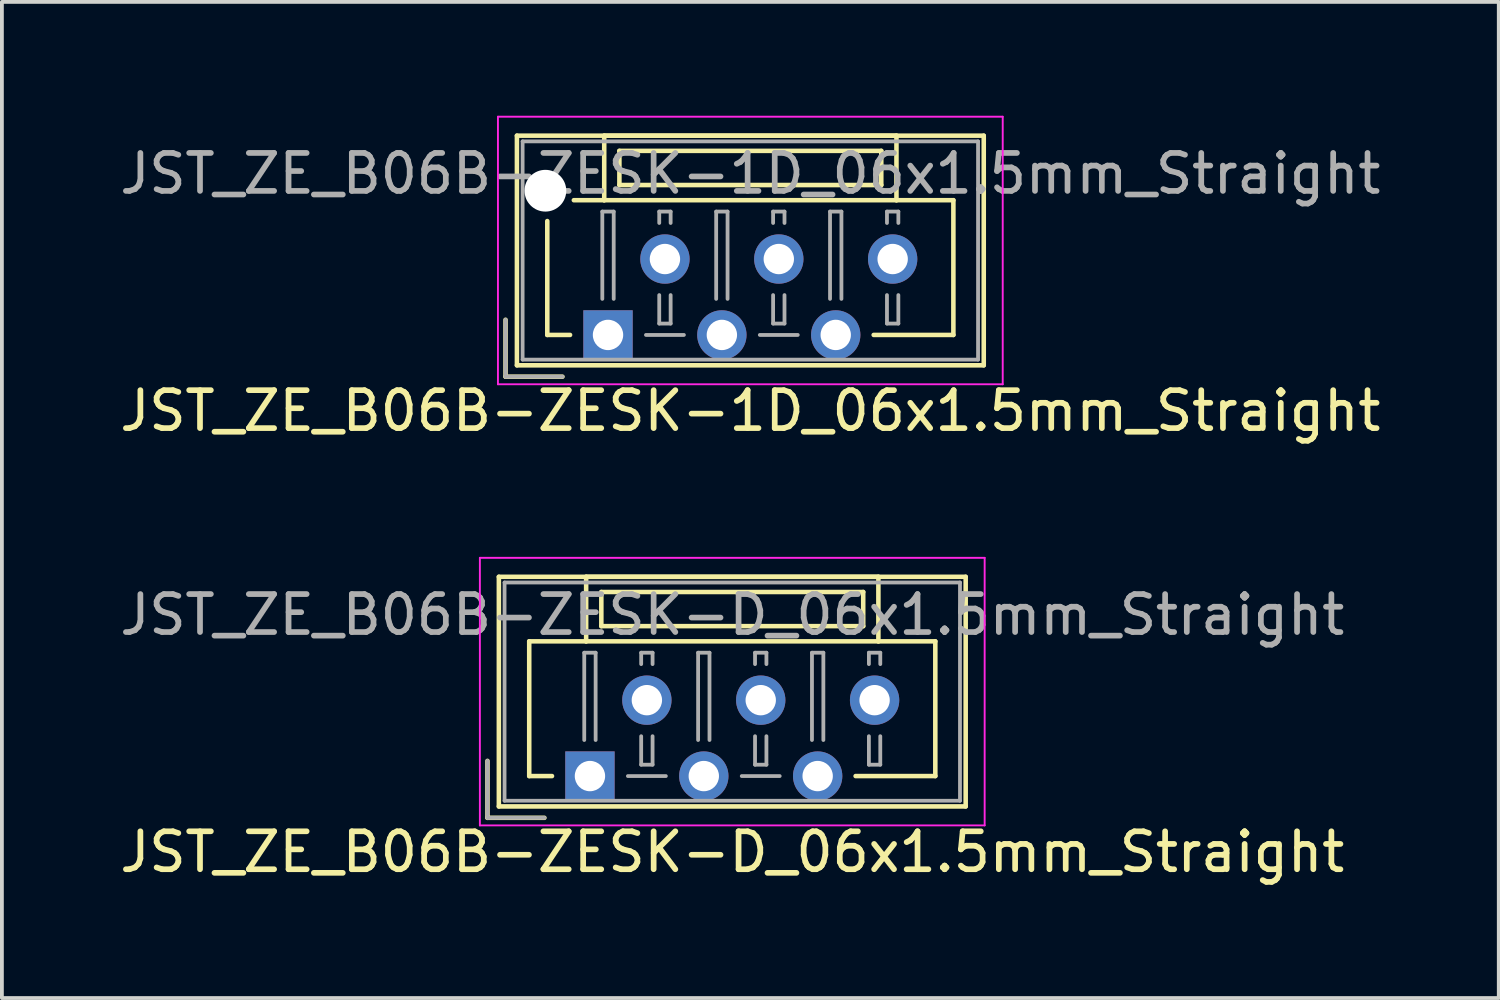
<source format=kicad_pcb>
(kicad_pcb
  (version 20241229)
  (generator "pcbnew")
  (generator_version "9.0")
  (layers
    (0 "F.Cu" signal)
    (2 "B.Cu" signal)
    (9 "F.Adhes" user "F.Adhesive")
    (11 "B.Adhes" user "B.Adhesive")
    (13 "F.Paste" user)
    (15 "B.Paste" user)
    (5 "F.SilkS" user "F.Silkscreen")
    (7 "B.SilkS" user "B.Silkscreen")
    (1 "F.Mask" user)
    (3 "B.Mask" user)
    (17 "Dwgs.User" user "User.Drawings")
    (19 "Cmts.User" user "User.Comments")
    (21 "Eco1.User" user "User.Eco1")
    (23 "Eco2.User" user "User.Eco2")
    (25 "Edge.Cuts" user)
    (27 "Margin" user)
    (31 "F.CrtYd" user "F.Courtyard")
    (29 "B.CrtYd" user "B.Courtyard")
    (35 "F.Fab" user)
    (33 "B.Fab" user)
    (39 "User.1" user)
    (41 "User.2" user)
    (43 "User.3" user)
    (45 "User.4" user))
  (footprint "JST_ZE_B06B-ZESK-1D_06x1.5mm_Straight"
    (layer "F.Cu")
    (at 12.97 5.775)
    (property "Reference" "JST_ZE_B06B-ZESK-1D_06x1.5mm_Straight" (at 3.75 2 0) (layer "F.SilkS") (effects (font (size 1 1) (thickness 0.15))))
    (attr through_hole)
    (fp_line (start -2.7 -0.4) (end -2.7 1.1) (stroke (width 0.12) (type solid)) (layer "F.SilkS"))
    (fp_line (start -2.7 1.1) (end -1.2 1.1) (stroke (width 0.12) (type solid)) (layer "F.SilkS"))
    (fp_line (start -2.4 -5.25) (end -2.4 0.8) (stroke (width 0.12) (type solid)) (layer "F.SilkS"))
    (fp_line (start -2.4 0.8) (end 9.9 0.8) (stroke (width 0.12) (type solid)) (layer "F.SilkS"))
    (fp_line (start -1.6 -3) (end -1.6 0) (stroke (width 0.12) (type solid)) (layer "F.SilkS"))
    (fp_line (start -1.6 0) (end -1 0) (stroke (width 0.12) (type solid)) (layer "F.SilkS"))
    (fp_line (start -0.1 -5.25) (end -0.1 -3.55) (stroke (width 0.12) (type solid)) (layer "F.SilkS"))
    (fp_line (start -0.1 -3.55) (end -0.9 -3.55) (stroke (width 0.12) (type solid)) (layer "F.SilkS"))
    (fp_line (start -0.1 -3.55) (end 7.6 -3.55) (stroke (width 0.12) (type solid)) (layer "F.SilkS"))
    (fp_line (start 0.3 -4.85) (end 0.3 -3.95) (stroke (width 0.12) (type solid)) (layer "F.SilkS"))
    (fp_line (start 0.3 -3.95) (end 7.2 -3.95) (stroke (width 0.12) (type solid)) (layer "F.SilkS"))
    (fp_line (start 7.2 -4.85) (end 0.3 -4.85) (stroke (width 0.12) (type solid)) (layer "F.SilkS"))
    (fp_line (start 7.2 -3.95) (end 7.2 -4.85) (stroke (width 0.12) (type solid)) (layer "F.SilkS"))
    (fp_line (start 7.6 -5.25) (end -0.1 -5.25) (stroke (width 0.12) (type solid)) (layer "F.SilkS"))
    (fp_line (start 7.6 -3.55) (end 7.6 -5.25) (stroke (width 0.12) (type solid)) (layer "F.SilkS"))
    (fp_line (start 7.6 -3.55) (end 9.1 -3.55) (stroke (width 0.12) (type solid)) (layer "F.SilkS"))
    (fp_line (start 9.1 -3.55) (end 9.1 0) (stroke (width 0.12) (type solid)) (layer "F.SilkS"))
    (fp_line (start 9.1 0) (end 7 0) (stroke (width 0.12) (type solid)) (layer "F.SilkS"))
    (fp_line (start 9.9 -5.25) (end -2.4 -5.25) (stroke (width 0.12) (type solid)) (layer "F.SilkS"))
    (fp_line (start 9.9 0.8) (end 9.9 -5.25) (stroke (width 0.12) (type solid)) (layer "F.SilkS"))
    (fp_line (start -2.9 -5.75) (end -2.9 1.3) (stroke (width 0.05) (type solid)) (layer "F.CrtYd"))
    (fp_line (start -2.9 1.3) (end 10.4 1.3) (stroke (width 0.05) (type solid)) (layer "F.CrtYd"))
    (fp_line (start 10.4 -5.75) (end -2.9 -5.75) (stroke (width 0.05) (type solid)) (layer "F.CrtYd"))
    (fp_line (start 10.4 1.3) (end 10.4 -5.75) (stroke (width 0.05) (type solid)) (layer "F.CrtYd"))
    (fp_line (start -2.7 -0.4) (end -2.7 1.1) (stroke (width 0.1) (type solid)) (layer "F.Fab"))
    (fp_line (start -2.7 1.1) (end -1.2 1.1) (stroke (width 0.1) (type solid)) (layer "F.Fab"))
    (fp_line (start -2.25 -5.1) (end -2.25 0.65) (stroke (width 0.1) (type solid)) (layer "F.Fab"))
    (fp_line (start -2.25 0.65) (end 9.75 0.65) (stroke (width 0.1) (type solid)) (layer "F.Fab"))
    (fp_line (start -0.15 -3.25) (end 0.15 -3.25) (stroke (width 0.1) (type solid)) (layer "F.Fab"))
    (fp_line (start -0.15 -0.95) (end -0.15 -3.25) (stroke (width 0.1) (type solid)) (layer "F.Fab"))
    (fp_line (start 0.15 -3.25) (end 0.15 -0.95) (stroke (width 0.1) (type solid)) (layer "F.Fab"))
    (fp_line (start 1 0) (end 2 0) (stroke (width 0.1) (type solid)) (layer "F.Fab"))
    (fp_line (start 1.35 -3.25) (end 1.65 -3.25) (stroke (width 0.1) (type solid)) (layer "F.Fab"))
    (fp_line (start 1.35 -2.95) (end 1.35 -3.25) (stroke (width 0.1) (type solid)) (layer "F.Fab"))
    (fp_line (start 1.35 -1.05) (end 1.35 -0.3) (stroke (width 0.1) (type solid)) (layer "F.Fab"))
    (fp_line (start 1.35 -0.3) (end 1.65 -0.3) (stroke (width 0.1) (type solid)) (layer "F.Fab"))
    (fp_line (start 1.65 -3.25) (end 1.65 -2.95) (stroke (width 0.1) (type solid)) (layer "F.Fab"))
    (fp_line (start 1.65 -0.3) (end 1.65 -1.05) (stroke (width 0.1) (type solid)) (layer "F.Fab"))
    (fp_line (start 2.85 -3.25) (end 3.15 -3.25) (stroke (width 0.1) (type solid)) (layer "F.Fab"))
    (fp_line (start 2.85 -0.95) (end 2.85 -3.25) (stroke (width 0.1) (type solid)) (layer "F.Fab"))
    (fp_line (start 3.15 -3.25) (end 3.15 -0.95) (stroke (width 0.1) (type solid)) (layer "F.Fab"))
    (fp_line (start 4 0) (end 5 0) (stroke (width 0.1) (type solid)) (layer "F.Fab"))
    (fp_line (start 4.35 -3.25) (end 4.65 -3.25) (stroke (width 0.1) (type solid)) (layer "F.Fab"))
    (fp_line (start 4.35 -2.95) (end 4.35 -3.25) (stroke (width 0.1) (type solid)) (layer "F.Fab"))
    (fp_line (start 4.35 -1.05) (end 4.35 -0.3) (stroke (width 0.1) (type solid)) (layer "F.Fab"))
    (fp_line (start 4.35 -0.3) (end 4.65 -0.3) (stroke (width 0.1) (type solid)) (layer "F.Fab"))
    (fp_line (start 4.65 -3.25) (end 4.65 -2.95) (stroke (width 0.1) (type solid)) (layer "F.Fab"))
    (fp_line (start 4.65 -0.3) (end 4.65 -1.05) (stroke (width 0.1) (type solid)) (layer "F.Fab"))
    (fp_line (start 5.85 -3.25) (end 6.15 -3.25) (stroke (width 0.1) (type solid)) (layer "F.Fab"))
    (fp_line (start 5.85 -0.95) (end 5.85 -3.25) (stroke (width 0.1) (type solid)) (layer "F.Fab"))
    (fp_line (start 6.15 -3.25) (end 6.15 -0.95) (stroke (width 0.1) (type solid)) (layer "F.Fab"))
    (fp_line (start 7.35 -3.25) (end 7.65 -3.25) (stroke (width 0.1) (type solid)) (layer "F.Fab"))
    (fp_line (start 7.35 -2.95) (end 7.35 -3.25) (stroke (width 0.1) (type solid)) (layer "F.Fab"))
    (fp_line (start 7.35 -1.05) (end 7.35 -0.3) (stroke (width 0.1) (type solid)) (layer "F.Fab"))
    (fp_line (start 7.35 -0.3) (end 7.65 -0.3) (stroke (width 0.1) (type solid)) (layer "F.Fab"))
    (fp_line (start 7.65 -3.25) (end 7.65 -2.95) (stroke (width 0.1) (type solid)) (layer "F.Fab"))
    (fp_line (start 7.65 -0.3) (end 7.65 -1.05) (stroke (width 0.1) (type solid)) (layer "F.Fab"))
    (fp_line (start 9.75 -5.1) (end -2.25 -5.1) (stroke (width 0.1) (type solid)) (layer "F.Fab"))
    (fp_line (start 9.75 0.65) (end 9.75 -5.1) (stroke (width 0.1) (type solid)) (layer "F.Fab"))
    (fp_text user "${REFERENCE}" (at 3.75 -4.25 0) (layer "F.Fab") (effects (font (size 1 1) (thickness 0.15))))
    (pad "" np_thru_hole circle (at -1.65 -3.8) (size 1.1 1.1) (drill 1.1) (layers "*.Cu"))
    (pad "1" thru_hole rect (at 0 0) (size 1.3 1.3) (drill 0.8) (layers "*.Cu" "*.Mask"))
    (pad "2" thru_hole circle (at 1.5 -2) (size 1.3 1.3) (drill 0.8) (layers "*.Cu" "*.Mask"))
    (pad "3" thru_hole circle (at 3 0) (size 1.3 1.3) (drill 0.8) (layers "*.Cu" "*.Mask"))
    (pad "4" thru_hole circle (at 4.5 -2) (size 1.3 1.3) (drill 0.8) (layers "*.Cu" "*.Mask"))
    (pad "5" thru_hole circle (at 6 0) (size 1.3 1.3) (drill 0.8) (layers "*.Cu" "*.Mask"))
    (pad "6" thru_hole circle (at 7.5 -2) (size 1.3 1.3) (drill 0.8) (layers "*.Cu" "*.Mask")))
  (footprint "JST_ZE_B06B-ZESK-D_06x1.5mm_Straight"
    (layer "F.Cu")
    (at 12.494 17.398)
    (property "Reference" "JST_ZE_B06B-ZESK-D_06x1.5mm_Straight" (at 3.75 2 0) (layer "F.SilkS") (effects (font (size 1 1) (thickness 0.15))))
    (attr through_hole)
    (fp_line (start -2.7 -0.4) (end -2.7 1.1) (stroke (width 0.12) (type solid)) (layer "F.SilkS"))
    (fp_line (start -2.7 1.1) (end -1.2 1.1) (stroke (width 0.12) (type solid)) (layer "F.SilkS"))
    (fp_line (start -2.4 -5.25) (end -2.4 0.8) (stroke (width 0.12) (type solid)) (layer "F.SilkS"))
    (fp_line (start -2.4 0.8) (end 9.9 0.8) (stroke (width 0.12) (type solid)) (layer "F.SilkS"))
    (fp_line (start -1.6 -3.55) (end -1.6 0) (stroke (width 0.12) (type solid)) (layer "F.SilkS"))
    (fp_line (start -1.6 0) (end -1 0) (stroke (width 0.12) (type solid)) (layer "F.SilkS"))
    (fp_line (start -0.1 -5.25) (end -0.1 -3.55) (stroke (width 0.12) (type solid)) (layer "F.SilkS"))
    (fp_line (start -0.1 -3.55) (end -1.6 -3.55) (stroke (width 0.12) (type solid)) (layer "F.SilkS"))
    (fp_line (start -0.1 -3.55) (end 7.6 -3.55) (stroke (width 0.12) (type solid)) (layer "F.SilkS"))
    (fp_line (start 0.3 -4.85) (end 0.3 -3.95) (stroke (width 0.12) (type solid)) (layer "F.SilkS"))
    (fp_line (start 0.3 -3.95) (end 7.2 -3.95) (stroke (width 0.12) (type solid)) (layer "F.SilkS"))
    (fp_line (start 7.2 -4.85) (end 0.3 -4.85) (stroke (width 0.12) (type solid)) (layer "F.SilkS"))
    (fp_line (start 7.2 -3.95) (end 7.2 -4.85) (stroke (width 0.12) (type solid)) (layer "F.SilkS"))
    (fp_line (start 7.6 -5.25) (end -0.1 -5.25) (stroke (width 0.12) (type solid)) (layer "F.SilkS"))
    (fp_line (start 7.6 -3.55) (end 7.6 -5.25) (stroke (width 0.12) (type solid)) (layer "F.SilkS"))
    (fp_line (start 7.6 -3.55) (end 9.1 -3.55) (stroke (width 0.12) (type solid)) (layer "F.SilkS"))
    (fp_line (start 9.1 -3.55) (end 9.1 0) (stroke (width 0.12) (type solid)) (layer "F.SilkS"))
    (fp_line (start 9.1 0) (end 7 0) (stroke (width 0.12) (type solid)) (layer "F.SilkS"))
    (fp_line (start 9.9 -5.25) (end -2.4 -5.25) (stroke (width 0.12) (type solid)) (layer "F.SilkS"))
    (fp_line (start 9.9 0.8) (end 9.9 -5.25) (stroke (width 0.12) (type solid)) (layer "F.SilkS"))
    (fp_line (start -2.9 -5.75) (end -2.9 1.3) (stroke (width 0.05) (type solid)) (layer "F.CrtYd"))
    (fp_line (start -2.9 1.3) (end 10.4 1.3) (stroke (width 0.05) (type solid)) (layer "F.CrtYd"))
    (fp_line (start 10.4 -5.75) (end -2.9 -5.75) (stroke (width 0.05) (type solid)) (layer "F.CrtYd"))
    (fp_line (start 10.4 1.3) (end 10.4 -5.75) (stroke (width 0.05) (type solid)) (layer "F.CrtYd"))
    (fp_line (start -2.7 -0.4) (end -2.7 1.1) (stroke (width 0.1) (type solid)) (layer "F.Fab"))
    (fp_line (start -2.7 1.1) (end -1.2 1.1) (stroke (width 0.1) (type solid)) (layer "F.Fab"))
    (fp_line (start -2.25 -5.1) (end -2.25 0.65) (stroke (width 0.1) (type solid)) (layer "F.Fab"))
    (fp_line (start -2.25 0.65) (end 9.75 0.65) (stroke (width 0.1) (type solid)) (layer "F.Fab"))
    (fp_line (start -0.15 -3.25) (end 0.15 -3.25) (stroke (width 0.1) (type solid)) (layer "F.Fab"))
    (fp_line (start -0.15 -0.95) (end -0.15 -3.25) (stroke (width 0.1) (type solid)) (layer "F.Fab"))
    (fp_line (start 0.15 -3.25) (end 0.15 -0.95) (stroke (width 0.1) (type solid)) (layer "F.Fab"))
    (fp_line (start 1 0) (end 2 0) (stroke (width 0.1) (type solid)) (layer "F.Fab"))
    (fp_line (start 1.35 -3.25) (end 1.65 -3.25) (stroke (width 0.1) (type solid)) (layer "F.Fab"))
    (fp_line (start 1.35 -2.95) (end 1.35 -3.25) (stroke (width 0.1) (type solid)) (layer "F.Fab"))
    (fp_line (start 1.35 -1.05) (end 1.35 -0.3) (stroke (width 0.1) (type solid)) (layer "F.Fab"))
    (fp_line (start 1.35 -0.3) (end 1.65 -0.3) (stroke (width 0.1) (type solid)) (layer "F.Fab"))
    (fp_line (start 1.65 -3.25) (end 1.65 -2.95) (stroke (width 0.1) (type solid)) (layer "F.Fab"))
    (fp_line (start 1.65 -0.3) (end 1.65 -1.05) (stroke (width 0.1) (type solid)) (layer "F.Fab"))
    (fp_line (start 2.85 -3.25) (end 3.15 -3.25) (stroke (width 0.1) (type solid)) (layer "F.Fab"))
    (fp_line (start 2.85 -0.95) (end 2.85 -3.25) (stroke (width 0.1) (type solid)) (layer "F.Fab"))
    (fp_line (start 3.15 -3.25) (end 3.15 -0.95) (stroke (width 0.1) (type solid)) (layer "F.Fab"))
    (fp_line (start 4 0) (end 5 0) (stroke (width 0.1) (type solid)) (layer "F.Fab"))
    (fp_line (start 4.35 -3.25) (end 4.65 -3.25) (stroke (width 0.1) (type solid)) (layer "F.Fab"))
    (fp_line (start 4.35 -2.95) (end 4.35 -3.25) (stroke (width 0.1) (type solid)) (layer "F.Fab"))
    (fp_line (start 4.35 -1.05) (end 4.35 -0.3) (stroke (width 0.1) (type solid)) (layer "F.Fab"))
    (fp_line (start 4.35 -0.3) (end 4.65 -0.3) (stroke (width 0.1) (type solid)) (layer "F.Fab"))
    (fp_line (start 4.65 -3.25) (end 4.65 -2.95) (stroke (width 0.1) (type solid)) (layer "F.Fab"))
    (fp_line (start 4.65 -0.3) (end 4.65 -1.05) (stroke (width 0.1) (type solid)) (layer "F.Fab"))
    (fp_line (start 5.85 -3.25) (end 6.15 -3.25) (stroke (width 0.1) (type solid)) (layer "F.Fab"))
    (fp_line (start 5.85 -0.95) (end 5.85 -3.25) (stroke (width 0.1) (type solid)) (layer "F.Fab"))
    (fp_line (start 6.15 -3.25) (end 6.15 -0.95) (stroke (width 0.1) (type solid)) (layer "F.Fab"))
    (fp_line (start 7.35 -3.25) (end 7.65 -3.25) (stroke (width 0.1) (type solid)) (layer "F.Fab"))
    (fp_line (start 7.35 -2.95) (end 7.35 -3.25) (stroke (width 0.1) (type solid)) (layer "F.Fab"))
    (fp_line (start 7.35 -1.05) (end 7.35 -0.3) (stroke (width 0.1) (type solid)) (layer "F.Fab"))
    (fp_line (start 7.35 -0.3) (end 7.65 -0.3) (stroke (width 0.1) (type solid)) (layer "F.Fab"))
    (fp_line (start 7.65 -3.25) (end 7.65 -2.95) (stroke (width 0.1) (type solid)) (layer "F.Fab"))
    (fp_line (start 7.65 -0.3) (end 7.65 -1.05) (stroke (width 0.1) (type solid)) (layer "F.Fab"))
    (fp_line (start 9.75 -5.1) (end -2.25 -5.1) (stroke (width 0.1) (type solid)) (layer "F.Fab"))
    (fp_line (start 9.75 0.65) (end 9.75 -5.1) (stroke (width 0.1) (type solid)) (layer "F.Fab"))
    (fp_text user "${REFERENCE}" (at 3.75 -4.25 0) (layer "F.Fab") (effects (font (size 1 1) (thickness 0.15))))
    (pad "1" thru_hole rect (at 0 0) (size 1.3 1.3) (drill 0.8) (layers "*.Cu" "*.Mask"))
    (pad "2" thru_hole circle (at 1.5 -2) (size 1.3 1.3) (drill 0.8) (layers "*.Cu" "*.Mask"))
    (pad "3" thru_hole circle (at 3 0) (size 1.3 1.3) (drill 0.8) (layers "*.Cu" "*.Mask"))
    (pad "4" thru_hole circle (at 4.5 -2) (size 1.3 1.3) (drill 0.8) (layers "*.Cu" "*.Mask"))
    (pad "5" thru_hole circle (at 6 0) (size 1.3 1.3) (drill 0.8) (layers "*.Cu" "*.Mask"))
    (pad "6" thru_hole circle (at 7.5 -2) (size 1.3 1.3) (drill 0.8) (layers "*.Cu" "*.Mask")))
  (gr_rect
    (start -3 -3)
    (end 36.44 23.247)
    (stroke (width 0.1) (type default))
    (fill no)
    (layer "Edge.Cuts")))
</source>
